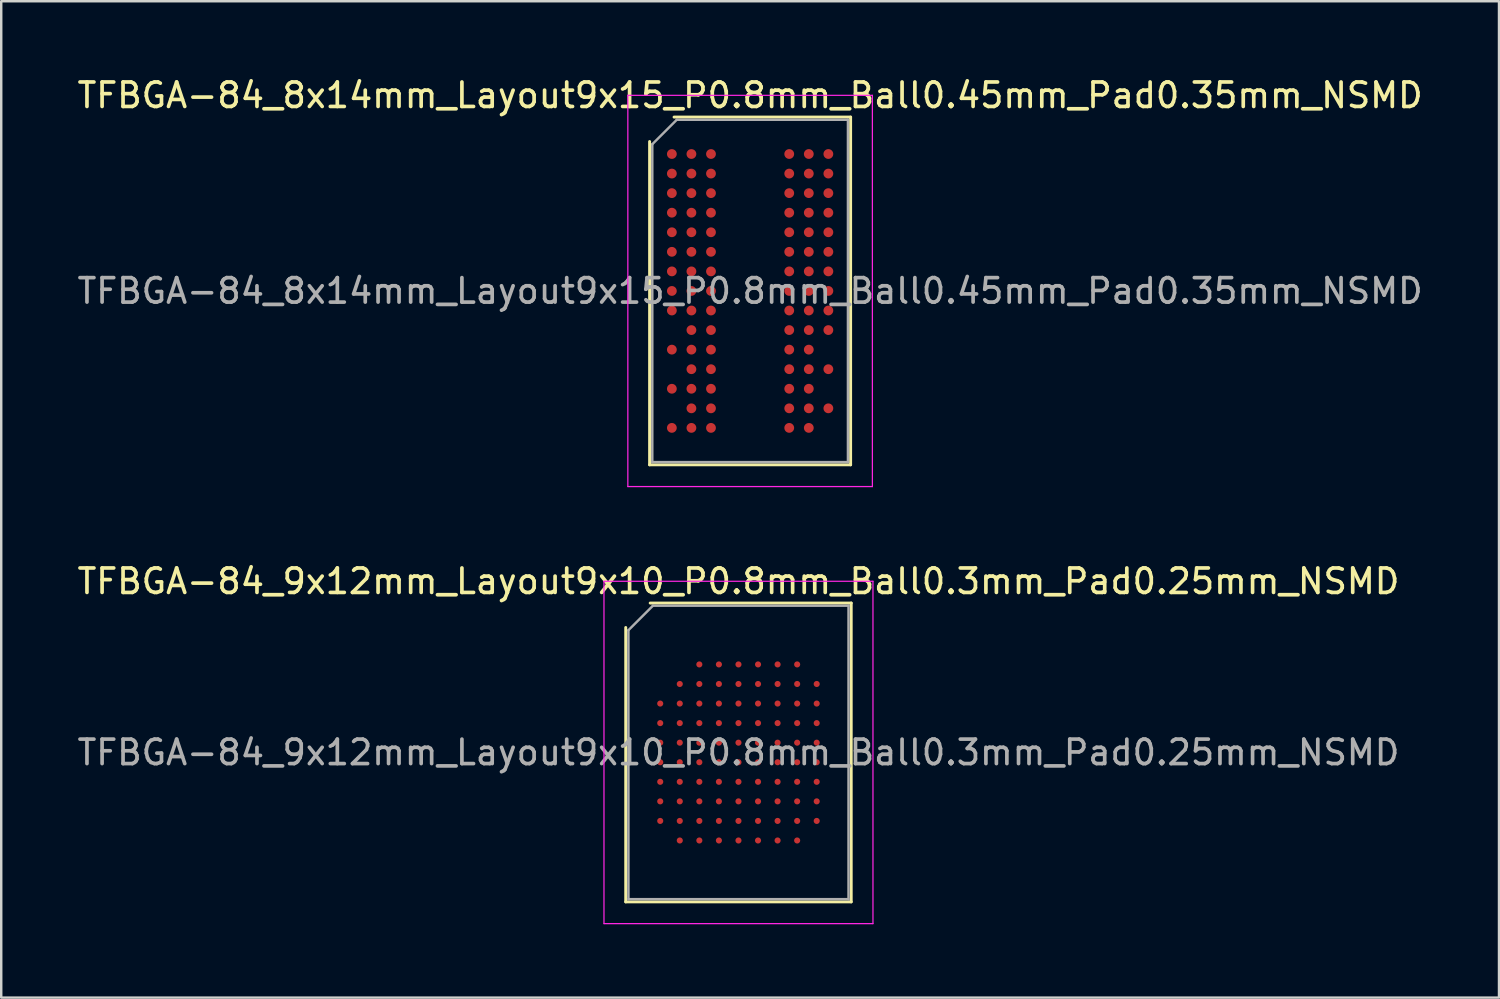
<source format=kicad_pcb>
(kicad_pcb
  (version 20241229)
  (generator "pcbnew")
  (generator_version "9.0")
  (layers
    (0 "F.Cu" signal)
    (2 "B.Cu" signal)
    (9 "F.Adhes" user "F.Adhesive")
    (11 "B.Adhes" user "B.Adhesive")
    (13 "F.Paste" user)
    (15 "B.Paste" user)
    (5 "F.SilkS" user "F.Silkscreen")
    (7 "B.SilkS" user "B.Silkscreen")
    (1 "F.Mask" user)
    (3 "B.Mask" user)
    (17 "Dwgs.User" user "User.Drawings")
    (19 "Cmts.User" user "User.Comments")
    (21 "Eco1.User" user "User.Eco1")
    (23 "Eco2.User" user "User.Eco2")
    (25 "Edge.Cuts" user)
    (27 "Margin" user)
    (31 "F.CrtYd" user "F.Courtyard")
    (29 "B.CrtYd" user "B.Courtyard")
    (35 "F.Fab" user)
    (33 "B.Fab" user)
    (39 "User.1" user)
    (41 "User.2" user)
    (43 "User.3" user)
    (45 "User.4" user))
  (footprint "TFBGA-84_9x12mm_Layout9x10_P0.8mm_Ball0.3mm_Pad0.25mm_NSMD"
    (layer "F.Cu")
    (at 27.149 27.721)
    (property "Reference" "TFBGA-84_9x12mm_Layout9x10_P0.8mm_Ball0.3mm_Pad0.25mm_NSMD" (at 0 -7 0) (layer "F.SilkS") (effects (font (size 1 1) (thickness 0.15))))
    (attr smd)
    (fp_line (start -4.61 6.11) (end -4.61 -5.11) (stroke (width 0.12) (type solid)) (layer "F.SilkS"))
    (fp_line (start -3.61 -6.11) (end 4.61 -6.11) (stroke (width 0.12) (type solid)) (layer "F.SilkS"))
    (fp_line (start 4.61 -6.11) (end 4.61 6.11) (stroke (width 0.12) (type solid)) (layer "F.SilkS"))
    (fp_line (start 4.61 6.11) (end -4.61 6.11) (stroke (width 0.12) (type solid)) (layer "F.SilkS"))
    (fp_line (start -5.5 -7) (end -5.5 7) (stroke (width 0.05) (type solid)) (layer "F.CrtYd"))
    (fp_line (start -5.5 7) (end 5.5 7) (stroke (width 0.05) (type solid)) (layer "F.CrtYd"))
    (fp_line (start 5.5 -7) (end -5.5 -7) (stroke (width 0.05) (type solid)) (layer "F.CrtYd"))
    (fp_line (start 5.5 7) (end 5.5 -7) (stroke (width 0.05) (type solid)) (layer "F.CrtYd"))
    (fp_line (start -4.5 -5) (end -3.5 -6) (stroke (width 0.1) (type solid)) (layer "F.Fab"))
    (fp_line (start -4.5 6) (end -4.5 -5) (stroke (width 0.1) (type solid)) (layer "F.Fab"))
    (fp_line (start -3.5 -6) (end 4.5 -6) (stroke (width 0.1) (type solid)) (layer "F.Fab"))
    (fp_line (start 4.5 -6) (end 4.5 6) (stroke (width 0.1) (type solid)) (layer "F.Fab"))
    (fp_line (start 4.5 6) (end -4.5 6) (stroke (width 0.1) (type solid)) (layer "F.Fab"))
    (fp_text user "${REFERENCE}" (at 0 0 0) (layer "F.Fab") (effects (font (size 1 1) (thickness 0.15))))
    (pad "A3" smd circle (at -1.6 -3.6) (size 0.25 0.25) (layers "F.Cu" "F.Mask" "F.Paste"))
    (pad "A4" smd circle (at -0.8 -3.6) (size 0.25 0.25) (layers "F.Cu" "F.Mask" "F.Paste"))
    (pad "A5" smd circle (at 0 -3.6) (size 0.25 0.25) (layers "F.Cu" "F.Mask" "F.Paste"))
    (pad "A6" smd circle (at 0.8 -3.6) (size 0.25 0.25) (layers "F.Cu" "F.Mask" "F.Paste"))
    (pad "A7" smd circle (at 1.6 -3.6) (size 0.25 0.25) (layers "F.Cu" "F.Mask" "F.Paste"))
    (pad "A8" smd circle (at 2.4 -3.6) (size 0.25 0.25) (layers "F.Cu" "F.Mask" "F.Paste"))
    (pad "B2" smd circle (at -2.4 -2.8) (size 0.25 0.25) (layers "F.Cu" "F.Mask" "F.Paste"))
    (pad "B3" smd circle (at -1.6 -2.8) (size 0.25 0.25) (layers "F.Cu" "F.Mask" "F.Paste"))
    (pad "B4" smd circle (at -0.8 -2.8) (size 0.25 0.25) (layers "F.Cu" "F.Mask" "F.Paste"))
    (pad "B5" smd circle (at 0 -2.8) (size 0.25 0.25) (layers "F.Cu" "F.Mask" "F.Paste"))
    (pad "B6" smd circle (at 0.8 -2.8) (size 0.25 0.25) (layers "F.Cu" "F.Mask" "F.Paste"))
    (pad "B7" smd circle (at 1.6 -2.8) (size 0.25 0.25) (layers "F.Cu" "F.Mask" "F.Paste"))
    (pad "B8" smd circle (at 2.4 -2.8) (size 0.25 0.25) (layers "F.Cu" "F.Mask" "F.Paste"))
    (pad "B9" smd circle (at 3.2 -2.8) (size 0.25 0.25) (layers "F.Cu" "F.Mask" "F.Paste"))
    (pad "C1" smd circle (at -3.2 -2) (size 0.25 0.25) (layers "F.Cu" "F.Mask" "F.Paste"))
    (pad "C2" smd circle (at -2.4 -2) (size 0.25 0.25) (layers "F.Cu" "F.Mask" "F.Paste"))
    (pad "C3" smd circle (at -1.6 -2) (size 0.25 0.25) (layers "F.Cu" "F.Mask" "F.Paste"))
    (pad "C4" smd circle (at -0.8 -2) (size 0.25 0.25) (layers "F.Cu" "F.Mask" "F.Paste"))
    (pad "C5" smd circle (at 0 -2) (size 0.25 0.25) (layers "F.Cu" "F.Mask" "F.Paste"))
    (pad "C6" smd circle (at 0.8 -2) (size 0.25 0.25) (layers "F.Cu" "F.Mask" "F.Paste"))
    (pad "C7" smd circle (at 1.6 -2) (size 0.25 0.25) (layers "F.Cu" "F.Mask" "F.Paste"))
    (pad "C8" smd circle (at 2.4 -2) (size 0.25 0.25) (layers "F.Cu" "F.Mask" "F.Paste"))
    (pad "C9" smd circle (at 3.2 -2) (size 0.25 0.25) (layers "F.Cu" "F.Mask" "F.Paste"))
    (pad "D1" smd circle (at -3.2 -1.2) (size 0.25 0.25) (layers "F.Cu" "F.Mask" "F.Paste"))
    (pad "D2" smd circle (at -2.4 -1.2) (size 0.25 0.25) (layers "F.Cu" "F.Mask" "F.Paste"))
    (pad "D3" smd circle (at -1.6 -1.2) (size 0.25 0.25) (layers "F.Cu" "F.Mask" "F.Paste"))
    (pad "D4" smd circle (at -0.8 -1.2) (size 0.25 0.25) (layers "F.Cu" "F.Mask" "F.Paste"))
    (pad "D5" smd circle (at 0 -1.2) (size 0.25 0.25) (layers "F.Cu" "F.Mask" "F.Paste"))
    (pad "D6" smd circle (at 0.8 -1.2) (size 0.25 0.25) (layers "F.Cu" "F.Mask" "F.Paste"))
    (pad "D7" smd circle (at 1.6 -1.2) (size 0.25 0.25) (layers "F.Cu" "F.Mask" "F.Paste"))
    (pad "D8" smd circle (at 2.4 -1.2) (size 0.25 0.25) (layers "F.Cu" "F.Mask" "F.Paste"))
    (pad "D9" smd circle (at 3.2 -1.2) (size 0.25 0.25) (layers "F.Cu" "F.Mask" "F.Paste"))
    (pad "E1" smd circle (at -3.2 -0.4) (size 0.25 0.25) (layers "F.Cu" "F.Mask" "F.Paste"))
    (pad "E2" smd circle (at -2.4 -0.4) (size 0.25 0.25) (layers "F.Cu" "F.Mask" "F.Paste"))
    (pad "E3" smd circle (at -1.6 -0.4) (size 0.25 0.25) (layers "F.Cu" "F.Mask" "F.Paste"))
    (pad "E4" smd circle (at -0.8 -0.4) (size 0.25 0.25) (layers "F.Cu" "F.Mask" "F.Paste"))
    (pad "E5" smd circle (at 0 -0.4) (size 0.25 0.25) (layers "F.Cu" "F.Mask" "F.Paste"))
    (pad "E6" smd circle (at 0.8 -0.4) (size 0.25 0.25) (layers "F.Cu" "F.Mask" "F.Paste"))
    (pad "E7" smd circle (at 1.6 -0.4) (size 0.25 0.25) (layers "F.Cu" "F.Mask" "F.Paste"))
    (pad "E8" smd circle (at 2.4 -0.4) (size 0.25 0.25) (layers "F.Cu" "F.Mask" "F.Paste"))
    (pad "E9" smd circle (at 3.2 -0.4) (size 0.25 0.25) (layers "F.Cu" "F.Mask" "F.Paste"))
    (pad "F1" smd circle (at -3.2 0.4) (size 0.25 0.25) (layers "F.Cu" "F.Mask" "F.Paste"))
    (pad "F2" smd circle (at -2.4 0.4) (size 0.25 0.25) (layers "F.Cu" "F.Mask" "F.Paste"))
    (pad "F3" smd circle (at -1.6 0.4) (size 0.25 0.25) (layers "F.Cu" "F.Mask" "F.Paste"))
    (pad "F4" smd circle (at -0.8 0.4) (size 0.25 0.25) (layers "F.Cu" "F.Mask" "F.Paste"))
    (pad "F5" smd circle (at 0 0.4) (size 0.25 0.25) (layers "F.Cu" "F.Mask" "F.Paste"))
    (pad "F6" smd circle (at 0.8 0.4) (size 0.25 0.25) (layers "F.Cu" "F.Mask" "F.Paste"))
    (pad "F7" smd circle (at 1.6 0.4) (size 0.25 0.25) (layers "F.Cu" "F.Mask" "F.Paste"))
    (pad "F8" smd circle (at 2.4 0.4) (size 0.25 0.25) (layers "F.Cu" "F.Mask" "F.Paste"))
    (pad "F9" smd circle (at 3.2 0.4) (size 0.25 0.25) (layers "F.Cu" "F.Mask" "F.Paste"))
    (pad "G1" smd circle (at -3.2 1.2) (size 0.25 0.25) (layers "F.Cu" "F.Mask" "F.Paste"))
    (pad "G2" smd circle (at -2.4 1.2) (size 0.25 0.25) (layers "F.Cu" "F.Mask" "F.Paste"))
    (pad "G3" smd circle (at -1.6 1.2) (size 0.25 0.25) (layers "F.Cu" "F.Mask" "F.Paste"))
    (pad "G4" smd circle (at -0.8 1.2) (size 0.25 0.25) (layers "F.Cu" "F.Mask" "F.Paste"))
    (pad "G5" smd circle (at 0 1.2) (size 0.25 0.25) (layers "F.Cu" "F.Mask" "F.Paste"))
    (pad "G6" smd circle (at 0.8 1.2) (size 0.25 0.25) (layers "F.Cu" "F.Mask" "F.Paste"))
    (pad "G7" smd circle (at 1.6 1.2) (size 0.25 0.25) (layers "F.Cu" "F.Mask" "F.Paste"))
    (pad "G8" smd circle (at 2.4 1.2) (size 0.25 0.25) (layers "F.Cu" "F.Mask" "F.Paste"))
    (pad "G9" smd circle (at 3.2 1.2) (size 0.25 0.25) (layers "F.Cu" "F.Mask" "F.Paste"))
    (pad "H1" smd circle (at -3.2 2) (size 0.25 0.25) (layers "F.Cu" "F.Mask" "F.Paste"))
    (pad "H2" smd circle (at -2.4 2) (size 0.25 0.25) (layers "F.Cu" "F.Mask" "F.Paste"))
    (pad "H3" smd circle (at -1.6 2) (size 0.25 0.25) (layers "F.Cu" "F.Mask" "F.Paste"))
    (pad "H4" smd circle (at -0.8 2) (size 0.25 0.25) (layers "F.Cu" "F.Mask" "F.Paste"))
    (pad "H5" smd circle (at 0 2) (size 0.25 0.25) (layers "F.Cu" "F.Mask" "F.Paste"))
    (pad "H6" smd circle (at 0.8 2) (size 0.25 0.25) (layers "F.Cu" "F.Mask" "F.Paste"))
    (pad "H7" smd circle (at 1.6 2) (size 0.25 0.25) (layers "F.Cu" "F.Mask" "F.Paste"))
    (pad "H8" smd circle (at 2.4 2) (size 0.25 0.25) (layers "F.Cu" "F.Mask" "F.Paste"))
    (pad "H9" smd circle (at 3.2 2) (size 0.25 0.25) (layers "F.Cu" "F.Mask" "F.Paste"))
    (pad "J1" smd circle (at -3.2 2.8) (size 0.25 0.25) (layers "F.Cu" "F.Mask" "F.Paste"))
    (pad "J2" smd circle (at -2.4 2.8) (size 0.25 0.25) (layers "F.Cu" "F.Mask" "F.Paste"))
    (pad "J3" smd circle (at -1.6 2.8) (size 0.25 0.25) (layers "F.Cu" "F.Mask" "F.Paste"))
    (pad "J4" smd circle (at -0.8 2.8) (size 0.25 0.25) (layers "F.Cu" "F.Mask" "F.Paste"))
    (pad "J5" smd circle (at 0 2.8) (size 0.25 0.25) (layers "F.Cu" "F.Mask" "F.Paste"))
    (pad "J6" smd circle (at 0.8 2.8) (size 0.25 0.25) (layers "F.Cu" "F.Mask" "F.Paste"))
    (pad "J7" smd circle (at 1.6 2.8) (size 0.25 0.25) (layers "F.Cu" "F.Mask" "F.Paste"))
    (pad "J8" smd circle (at 2.4 2.8) (size 0.25 0.25) (layers "F.Cu" "F.Mask" "F.Paste"))
    (pad "J9" smd circle (at 3.2 2.8) (size 0.25 0.25) (layers "F.Cu" "F.Mask" "F.Paste"))
    (pad "K2" smd circle (at -2.4 3.6) (size 0.25 0.25) (layers "F.Cu" "F.Mask" "F.Paste"))
    (pad "K3" smd circle (at -1.6 3.6) (size 0.25 0.25) (layers "F.Cu" "F.Mask" "F.Paste"))
    (pad "K4" smd circle (at -0.8 3.6) (size 0.25 0.25) (layers "F.Cu" "F.Mask" "F.Paste"))
    (pad "K5" smd circle (at 0 3.6) (size 0.25 0.25) (layers "F.Cu" "F.Mask" "F.Paste"))
    (pad "K6" smd circle (at 0.8 3.6) (size 0.25 0.25) (layers "F.Cu" "F.Mask" "F.Paste"))
    (pad "K7" smd circle (at 1.6 3.6) (size 0.25 0.25) (layers "F.Cu" "F.Mask" "F.Paste"))
    (pad "K8" smd circle (at 2.4 3.6) (size 0.25 0.25) (layers "F.Cu" "F.Mask" "F.Paste")))
  (footprint "TFBGA-84_8x14mm_Layout9x15_P0.8mm_Ball0.45mm_Pad0.35mm_NSMD"
    (layer "F.Cu")
    (at 27.625 8.848)
    (property "Reference" "TFBGA-84_8x14mm_Layout9x15_P0.8mm_Ball0.45mm_Pad0.35mm_NSMD" (at 0 -8 0) (layer "F.SilkS") (effects (font (size 1 1) (thickness 0.15))))
    (attr smd)
    (fp_line (start -4.11 7.11) (end -4.11 -6.11) (stroke (width 0.12) (type solid)) (layer "F.SilkS"))
    (fp_line (start -3.11 -7.11) (end 4.11 -7.11) (stroke (width 0.12) (type solid)) (layer "F.SilkS"))
    (fp_line (start 4.11 -7.11) (end 4.11 7.11) (stroke (width 0.12) (type solid)) (layer "F.SilkS"))
    (fp_line (start 4.11 7.11) (end -4.11 7.11) (stroke (width 0.12) (type solid)) (layer "F.SilkS"))
    (fp_line (start -5 -8) (end -5 8) (stroke (width 0.05) (type solid)) (layer "F.CrtYd"))
    (fp_line (start -5 8) (end 5 8) (stroke (width 0.05) (type solid)) (layer "F.CrtYd"))
    (fp_line (start 5 -8) (end -5 -8) (stroke (width 0.05) (type solid)) (layer "F.CrtYd"))
    (fp_line (start 5 8) (end 5 -8) (stroke (width 0.05) (type solid)) (layer "F.CrtYd"))
    (fp_line (start -4 -6) (end -3 -7) (stroke (width 0.1) (type solid)) (layer "F.Fab"))
    (fp_line (start -4 7) (end -4 -6) (stroke (width 0.1) (type solid)) (layer "F.Fab"))
    (fp_line (start -3 -7) (end 4 -7) (stroke (width 0.1) (type solid)) (layer "F.Fab"))
    (fp_line (start 4 -7) (end 4 7) (stroke (width 0.1) (type solid)) (layer "F.Fab"))
    (fp_line (start 4 7) (end -4 7) (stroke (width 0.1) (type solid)) (layer "F.Fab"))
    (fp_text user "${REFERENCE}" (at 0 0 0) (layer "F.Fab") (effects (font (size 1 1) (thickness 0.15))))
    (pad "A1" smd circle (at -3.2 -5.6) (size 0.4 0.4) (layers "F.Cu" "F.Mask" "F.Paste"))
    (pad "A2" smd circle (at -2.4 -5.6) (size 0.4 0.4) (layers "F.Cu" "F.Mask" "F.Paste"))
    (pad "A3" smd circle (at -1.6 -5.6) (size 0.4 0.4) (layers "F.Cu" "F.Mask" "F.Paste"))
    (pad "A7" smd circle (at 1.6 -5.6) (size 0.4 0.4) (layers "F.Cu" "F.Mask" "F.Paste"))
    (pad "A8" smd circle (at 2.4 -5.6) (size 0.4 0.4) (layers "F.Cu" "F.Mask" "F.Paste"))
    (pad "A9" smd circle (at 3.2 -5.6) (size 0.4 0.4) (layers "F.Cu" "F.Mask" "F.Paste"))
    (pad "B1" smd circle (at -3.2 -4.8) (size 0.4 0.4) (layers "F.Cu" "F.Mask" "F.Paste"))
    (pad "B2" smd circle (at -2.4 -4.8) (size 0.4 0.4) (layers "F.Cu" "F.Mask" "F.Paste"))
    (pad "B3" smd circle (at -1.6 -4.8) (size 0.4 0.4) (layers "F.Cu" "F.Mask" "F.Paste"))
    (pad "B7" smd circle (at 1.6 -4.8) (size 0.4 0.4) (layers "F.Cu" "F.Mask" "F.Paste"))
    (pad "B8" smd circle (at 2.4 -4.8) (size 0.4 0.4) (layers "F.Cu" "F.Mask" "F.Paste"))
    (pad "B9" smd circle (at 3.2 -4.8) (size 0.4 0.4) (layers "F.Cu" "F.Mask" "F.Paste"))
    (pad "C1" smd circle (at -3.2 -4) (size 0.4 0.4) (layers "F.Cu" "F.Mask" "F.Paste"))
    (pad "C2" smd circle (at -2.4 -4) (size 0.4 0.4) (layers "F.Cu" "F.Mask" "F.Paste"))
    (pad "C3" smd circle (at -1.6 -4) (size 0.4 0.4) (layers "F.Cu" "F.Mask" "F.Paste"))
    (pad "C7" smd circle (at 1.6 -4) (size 0.4 0.4) (layers "F.Cu" "F.Mask" "F.Paste"))
    (pad "C8" smd circle (at 2.4 -4) (size 0.4 0.4) (layers "F.Cu" "F.Mask" "F.Paste"))
    (pad "C9" smd circle (at 3.2 -4) (size 0.4 0.4) (layers "F.Cu" "F.Mask" "F.Paste"))
    (pad "D1" smd circle (at -3.2 -3.2) (size 0.4 0.4) (layers "F.Cu" "F.Mask" "F.Paste"))
    (pad "D2" smd circle (at -2.4 -3.2) (size 0.4 0.4) (layers "F.Cu" "F.Mask" "F.Paste"))
    (pad "D3" smd circle (at -1.6 -3.2) (size 0.4 0.4) (layers "F.Cu" "F.Mask" "F.Paste"))
    (pad "D7" smd circle (at 1.6 -3.2) (size 0.4 0.4) (layers "F.Cu" "F.Mask" "F.Paste"))
    (pad "D8" smd circle (at 2.4 -3.2) (size 0.4 0.4) (layers "F.Cu" "F.Mask" "F.Paste"))
    (pad "D9" smd circle (at 3.2 -3.2) (size 0.4 0.4) (layers "F.Cu" "F.Mask" "F.Paste"))
    (pad "E1" smd circle (at -3.2 -2.4) (size 0.4 0.4) (layers "F.Cu" "F.Mask" "F.Paste"))
    (pad "E2" smd circle (at -2.4 -2.4) (size 0.4 0.4) (layers "F.Cu" "F.Mask" "F.Paste"))
    (pad "E3" smd circle (at -1.6 -2.4) (size 0.4 0.4) (layers "F.Cu" "F.Mask" "F.Paste"))
    (pad "E7" smd circle (at 1.6 -2.4) (size 0.4 0.4) (layers "F.Cu" "F.Mask" "F.Paste"))
    (pad "E8" smd circle (at 2.4 -2.4) (size 0.4 0.4) (layers "F.Cu" "F.Mask" "F.Paste"))
    (pad "E9" smd circle (at 3.2 -2.4) (size 0.4 0.4) (layers "F.Cu" "F.Mask" "F.Paste"))
    (pad "F1" smd circle (at -3.2 -1.6) (size 0.4 0.4) (layers "F.Cu" "F.Mask" "F.Paste"))
    (pad "F2" smd circle (at -2.4 -1.6) (size 0.4 0.4) (layers "F.Cu" "F.Mask" "F.Paste"))
    (pad "F3" smd circle (at -1.6 -1.6) (size 0.4 0.4) (layers "F.Cu" "F.Mask" "F.Paste"))
    (pad "F7" smd circle (at 1.6 -1.6) (size 0.4 0.4) (layers "F.Cu" "F.Mask" "F.Paste"))
    (pad "F8" smd circle (at 2.4 -1.6) (size 0.4 0.4) (layers "F.Cu" "F.Mask" "F.Paste"))
    (pad "F9" smd circle (at 3.2 -1.6) (size 0.4 0.4) (layers "F.Cu" "F.Mask" "F.Paste"))
    (pad "G1" smd circle (at -3.2 -0.8) (size 0.4 0.4) (layers "F.Cu" "F.Mask" "F.Paste"))
    (pad "G2" smd circle (at -2.4 -0.8) (size 0.4 0.4) (layers "F.Cu" "F.Mask" "F.Paste"))
    (pad "G3" smd circle (at -1.6 -0.8) (size 0.4 0.4) (layers "F.Cu" "F.Mask" "F.Paste"))
    (pad "G7" smd circle (at 1.6 -0.8) (size 0.4 0.4) (layers "F.Cu" "F.Mask" "F.Paste"))
    (pad "G8" smd circle (at 2.4 -0.8) (size 0.4 0.4) (layers "F.Cu" "F.Mask" "F.Paste"))
    (pad "G9" smd circle (at 3.2 -0.8) (size 0.4 0.4) (layers "F.Cu" "F.Mask" "F.Paste"))
    (pad "H1" smd circle (at -3.2 0) (size 0.4 0.4) (layers "F.Cu" "F.Mask" "F.Paste"))
    (pad "H2" smd circle (at -2.4 0) (size 0.4 0.4) (layers "F.Cu" "F.Mask" "F.Paste"))
    (pad "H3" smd circle (at -1.6 0) (size 0.4 0.4) (layers "F.Cu" "F.Mask" "F.Paste"))
    (pad "H7" smd circle (at 1.6 0) (size 0.4 0.4) (layers "F.Cu" "F.Mask" "F.Paste"))
    (pad "H8" smd circle (at 2.4 0) (size 0.4 0.4) (layers "F.Cu" "F.Mask" "F.Paste"))
    (pad "H9" smd circle (at 3.2 0) (size 0.4 0.4) (layers "F.Cu" "F.Mask" "F.Paste"))
    (pad "J1" smd circle (at -3.2 0.8) (size 0.4 0.4) (layers "F.Cu" "F.Mask" "F.Paste"))
    (pad "J2" smd circle (at -2.4 0.8) (size 0.4 0.4) (layers "F.Cu" "F.Mask" "F.Paste"))
    (pad "J3" smd circle (at -1.6 0.8) (size 0.4 0.4) (layers "F.Cu" "F.Mask" "F.Paste"))
    (pad "J7" smd circle (at 1.6 0.8) (size 0.4 0.4) (layers "F.Cu" "F.Mask" "F.Paste"))
    (pad "J8" smd circle (at 2.4 0.8) (size 0.4 0.4) (layers "F.Cu" "F.Mask" "F.Paste"))
    (pad "J9" smd circle (at 3.2 0.8) (size 0.4 0.4) (layers "F.Cu" "F.Mask" "F.Paste"))
    (pad "K2" smd circle (at -2.4 1.6) (size 0.4 0.4) (layers "F.Cu" "F.Mask" "F.Paste"))
    (pad "K3" smd circle (at -1.6 1.6) (size 0.4 0.4) (layers "F.Cu" "F.Mask" "F.Paste"))
    (pad "K7" smd circle (at 1.6 1.6) (size 0.4 0.4) (layers "F.Cu" "F.Mask" "F.Paste"))
    (pad "K8" smd circle (at 2.4 1.6) (size 0.4 0.4) (layers "F.Cu" "F.Mask" "F.Paste"))
    (pad "K9" smd circle (at 3.2 1.6) (size 0.4 0.4) (layers "F.Cu" "F.Mask" "F.Paste"))
    (pad "L1" smd circle (at -3.2 2.4) (size 0.4 0.4) (layers "F.Cu" "F.Mask" "F.Paste"))
    (pad "L2" smd circle (at -2.4 2.4) (size 0.4 0.4) (layers "F.Cu" "F.Mask" "F.Paste"))
    (pad "L3" smd circle (at -1.6 2.4) (size 0.4 0.4) (layers "F.Cu" "F.Mask" "F.Paste"))
    (pad "L7" smd circle (at 1.6 2.4) (size 0.4 0.4) (layers "F.Cu" "F.Mask" "F.Paste"))
    (pad "L8" smd circle (at 2.4 2.4) (size 0.4 0.4) (layers "F.Cu" "F.Mask" "F.Paste"))
    (pad "M2" smd circle (at -2.4 3.2) (size 0.4 0.4) (layers "F.Cu" "F.Mask" "F.Paste"))
    (pad "M3" smd circle (at -1.6 3.2) (size 0.4 0.4) (layers "F.Cu" "F.Mask" "F.Paste"))
    (pad "M7" smd circle (at 1.6 3.2) (size 0.4 0.4) (layers "F.Cu" "F.Mask" "F.Paste"))
    (pad "M8" smd circle (at 2.4 3.2) (size 0.4 0.4) (layers "F.Cu" "F.Mask" "F.Paste"))
    (pad "M9" smd circle (at 3.2 3.2) (size 0.4 0.4) (layers "F.Cu" "F.Mask" "F.Paste"))
    (pad "N1" smd circle (at -3.2 4) (size 0.4 0.4) (layers "F.Cu" "F.Mask" "F.Paste"))
    (pad "N2" smd circle (at -2.4 4) (size 0.4 0.4) (layers "F.Cu" "F.Mask" "F.Paste"))
    (pad "N3" smd circle (at -1.6 4) (size 0.4 0.4) (layers "F.Cu" "F.Mask" "F.Paste"))
    (pad "N7" smd circle (at 1.6 4) (size 0.4 0.4) (layers "F.Cu" "F.Mask" "F.Paste"))
    (pad "N8" smd circle (at 2.4 4) (size 0.4 0.4) (layers "F.Cu" "F.Mask" "F.Paste"))
    (pad "P2" smd circle (at -2.4 4.8) (size 0.4 0.4) (layers "F.Cu" "F.Mask" "F.Paste"))
    (pad "P3" smd circle (at -1.6 4.8) (size 0.4 0.4) (layers "F.Cu" "F.Mask" "F.Paste"))
    (pad "P7" smd circle (at 1.6 4.8) (size 0.4 0.4) (layers "F.Cu" "F.Mask" "F.Paste"))
    (pad "P8" smd circle (at 2.4 4.8) (size 0.4 0.4) (layers "F.Cu" "F.Mask" "F.Paste"))
    (pad "P9" smd circle (at 3.2 4.8) (size 0.4 0.4) (layers "F.Cu" "F.Mask" "F.Paste"))
    (pad "R1" smd circle (at -3.2 5.6) (size 0.4 0.4) (layers "F.Cu" "F.Mask" "F.Paste"))
    (pad "R2" smd circle (at -2.4 5.6) (size 0.4 0.4) (layers "F.Cu" "F.Mask" "F.Paste"))
    (pad "R3" smd circle (at -1.6 5.6) (size 0.4 0.4) (layers "F.Cu" "F.Mask" "F.Paste"))
    (pad "R7" smd circle (at 1.6 5.6) (size 0.4 0.4) (layers "F.Cu" "F.Mask" "F.Paste"))
    (pad "R8" smd circle (at 2.4 5.6) (size 0.4 0.4) (layers "F.Cu" "F.Mask" "F.Paste")))
  (gr_rect
    (start -3 -3)
    (end 58.25 37.746)
    (stroke (width 0.1) (type default))
    (fill no)
    (layer "Edge.Cuts")))
</source>
